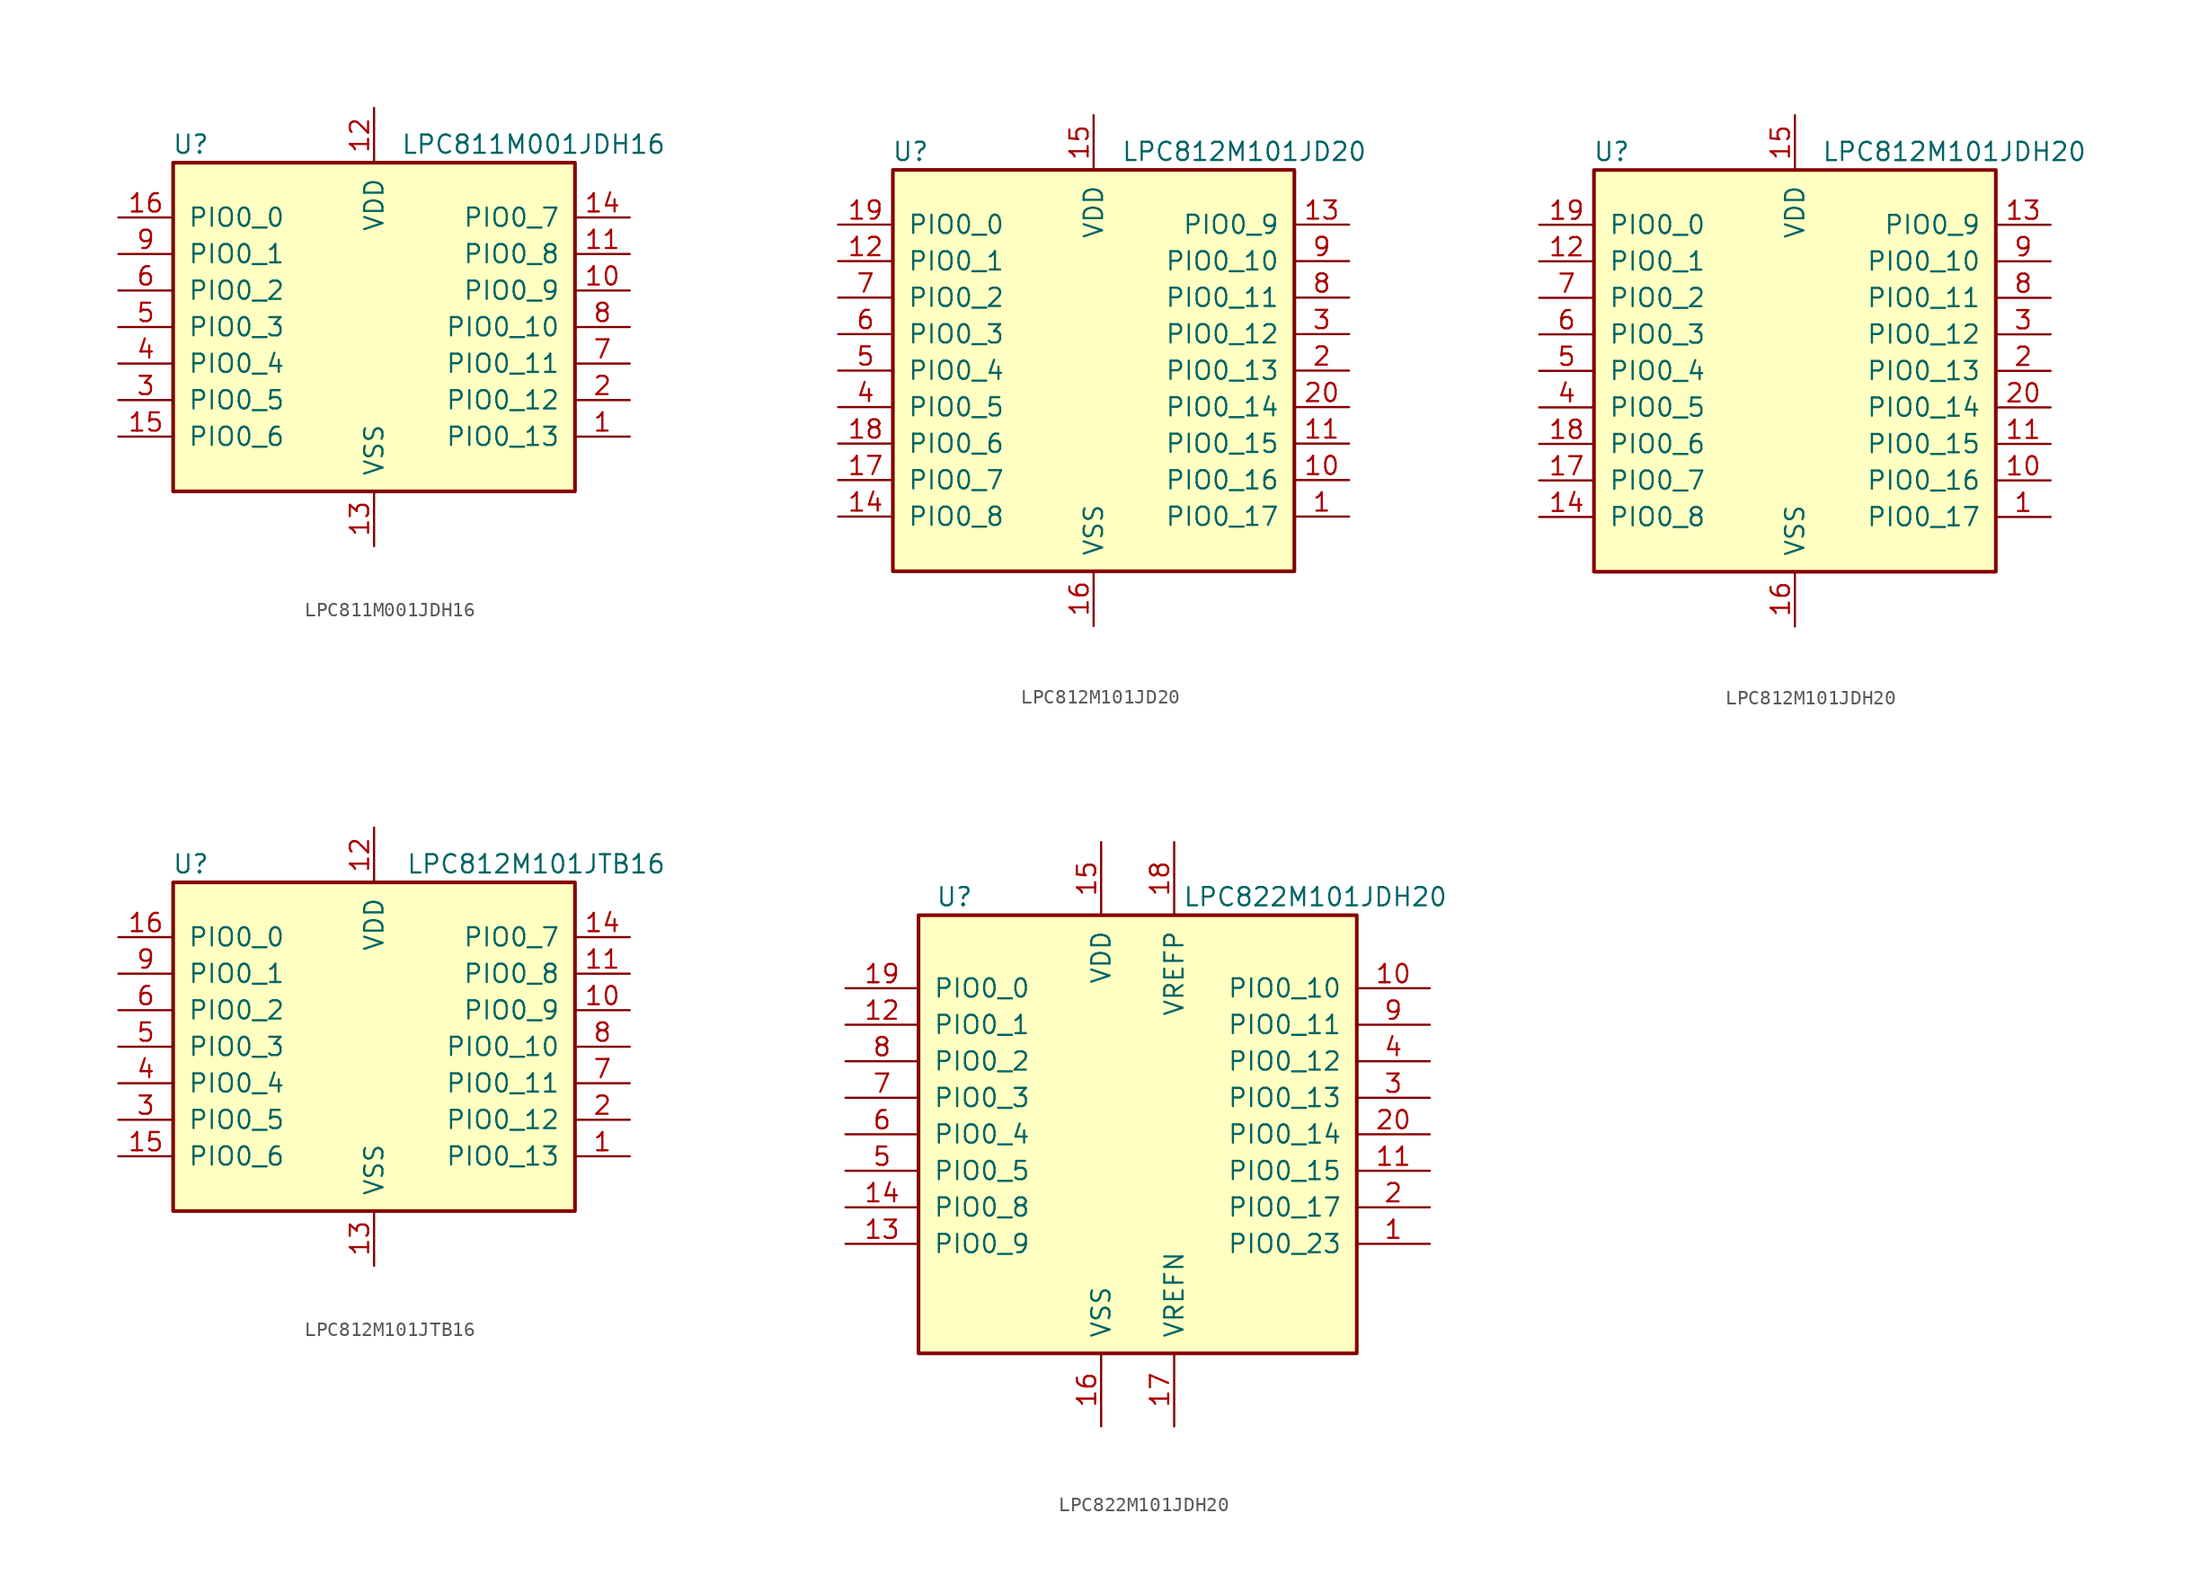
<source format=kicad_sym>
(kicad_symbol_lib
  (version 20241209)
  (generator "kicad_symbol_editor")
  (generator_version "9.0")
  (symbol "LPC811M001JDH16"
    (pin_names
      (offset 1.016))
    (property "Reference" "U"
      (at -11.43 12.7 0)
      (effects (font (size 1.27 1.27)) (justify right)))
    (property "Value" "LPC811M001JDH16"
      (at 20.32 12.7 0)
      (effects (font (size 1.27 1.27)) (justify right)))
    (symbol "LPC811M001JDH16_0_1"
      (rectangle (start 13.97 11.43) (end -13.97 -11.43) (stroke (width 0.254) (type default)) (fill (type background))))
    (symbol "LPC811M001JDH16_1_1"
      (pin bidirectional line (at -17.78 7.62 0) (length 3.81) (name "PIO0_0" (effects (font (size 1.27 1.27)))) (number "16" (effects (font (size 1.27 1.27)))))
      (pin bidirectional line (at -17.78 5.08 0) (length 3.81) (name "PIO0_1" (effects (font (size 1.27 1.27)))) (number "9" (effects (font (size 1.27 1.27)))))
      (pin bidirectional line (at -17.78 2.54 0) (length 3.81) (name "PIO0_2" (effects (font (size 1.27 1.27)))) (number "6" (effects (font (size 1.27 1.27)))))
      (pin bidirectional line (at -17.78 0 0) (length 3.81) (name "PIO0_3" (effects (font (size 1.27 1.27)))) (number "5" (effects (font (size 1.27 1.27)))))
      (pin bidirectional line (at -17.78 -2.54 0) (length 3.81) (name "PIO0_4" (effects (font (size 1.27 1.27)))) (number "4" (effects (font (size 1.27 1.27)))))
      (pin bidirectional line (at -17.78 -5.08 0) (length 3.81) (name "PIO0_5" (effects (font (size 1.27 1.27)))) (number "3" (effects (font (size 1.27 1.27)))))
      (pin bidirectional line (at -17.78 -7.62 0) (length 3.81) (name "PIO0_6" (effects (font (size 1.27 1.27)))) (number "15" (effects (font (size 1.27 1.27)))))
      (pin power_in line (at 0 15.24 270) (length 3.81) (name "VDD" (effects (font (size 1.27 1.27)))) (number "12" (effects (font (size 1.27 1.27)))))
      (pin power_in line (at 0 -15.24 90) (length 3.81) (name "VSS" (effects (font (size 1.27 1.27)))) (number "13" (effects (font (size 1.27 1.27)))))
      (pin bidirectional line (at 17.78 7.62 180) (length 3.81) (name "PIO0_7" (effects (font (size 1.27 1.27)))) (number "14" (effects (font (size 1.27 1.27)))))
      (pin bidirectional line (at 17.78 5.08 180) (length 3.81) (name "PIO0_8" (effects (font (size 1.27 1.27)))) (number "11" (effects (font (size 1.27 1.27)))))
      (pin bidirectional line (at 17.78 2.54 180) (length 3.81) (name "PIO0_9" (effects (font (size 1.27 1.27)))) (number "10" (effects (font (size 1.27 1.27)))))
      (pin bidirectional line (at 17.78 0 180) (length 3.81) (name "PIO0_10" (effects (font (size 1.27 1.27)))) (number "8" (effects (font (size 1.27 1.27)))))
      (pin bidirectional line (at 17.78 -2.54 180) (length 3.81) (name "PIO0_11" (effects (font (size 1.27 1.27)))) (number "7" (effects (font (size 1.27 1.27)))))
      (pin bidirectional line (at 17.78 -5.08 180) (length 3.81) (name "PIO0_12" (effects (font (size 1.27 1.27)))) (number "2" (effects (font (size 1.27 1.27)))))
      (pin bidirectional line (at 17.78 -7.62 180) (length 3.81) (name "PIO0_13" (effects (font (size 1.27 1.27)))) (number "1" (effects (font (size 1.27 1.27)))))))
  (symbol "LPC812M101JD20"
    (pin_names
      (offset 1.016))
    (property "Reference" "U"
      (at -11.43 15.24 0)
      (effects (font (size 1.27 1.27)) (justify right)))
    (property "Value" "LPC812M101JD20"
      (at 19.05 15.24 0)
      (effects (font (size 1.27 1.27)) (justify right)))
    (symbol "LPC812M101JD20_0_1"
      (rectangle (start 13.97 13.97) (end -13.97 -13.97) (stroke (width 0.254) (type default)) (fill (type background))))
    (symbol "LPC812M101JD20_1_1"
      (pin bidirectional line (at -17.78 10.16 0) (length 3.81) (name "PIO0_0" (effects (font (size 1.27 1.27)))) (number "19" (effects (font (size 1.27 1.27)))))
      (pin bidirectional line (at -17.78 7.62 0) (length 3.81) (name "PIO0_1" (effects (font (size 1.27 1.27)))) (number "12" (effects (font (size 1.27 1.27)))))
      (pin bidirectional line (at -17.78 5.08 0) (length 3.81) (name "PIO0_2" (effects (font (size 1.27 1.27)))) (number "7" (effects (font (size 1.27 1.27)))))
      (pin bidirectional line (at -17.78 2.54 0) (length 3.81) (name "PIO0_3" (effects (font (size 1.27 1.27)))) (number "6" (effects (font (size 1.27 1.27)))))
      (pin bidirectional line (at -17.78 0 0) (length 3.81) (name "PIO0_4" (effects (font (size 1.27 1.27)))) (number "5" (effects (font (size 1.27 1.27)))))
      (pin bidirectional line (at -17.78 -2.54 0) (length 3.81) (name "PIO0_5" (effects (font (size 1.27 1.27)))) (number "4" (effects (font (size 1.27 1.27)))))
      (pin bidirectional line (at -17.78 -5.08 0) (length 3.81) (name "PIO0_6" (effects (font (size 1.27 1.27)))) (number "18" (effects (font (size 1.27 1.27)))))
      (pin bidirectional line (at -17.78 -7.62 0) (length 3.81) (name "PIO0_7" (effects (font (size 1.27 1.27)))) (number "17" (effects (font (size 1.27 1.27)))))
      (pin bidirectional line (at -17.78 -10.16 0) (length 3.81) (name "PIO0_8" (effects (font (size 1.27 1.27)))) (number "14" (effects (font (size 1.27 1.27)))))
      (pin power_in line (at 0 17.78 270) (length 3.81) (name "VDD" (effects (font (size 1.27 1.27)))) (number "15" (effects (font (size 1.27 1.27)))))
      (pin power_in line (at 0 -17.78 90) (length 3.81) (name "VSS" (effects (font (size 1.27 1.27)))) (number "16" (effects (font (size 1.27 1.27)))))
      (pin bidirectional line (at 17.78 10.16 180) (length 3.81) (name "PIO0_9" (effects (font (size 1.27 1.27)))) (number "13" (effects (font (size 1.27 1.27)))))
      (pin bidirectional line (at 17.78 7.62 180) (length 3.81) (name "PIO0_10" (effects (font (size 1.27 1.27)))) (number "9" (effects (font (size 1.27 1.27)))))
      (pin bidirectional line (at 17.78 5.08 180) (length 3.81) (name "PIO0_11" (effects (font (size 1.27 1.27)))) (number "8" (effects (font (size 1.27 1.27)))))
      (pin bidirectional line (at 17.78 2.54 180) (length 3.81) (name "PIO0_12" (effects (font (size 1.27 1.27)))) (number "3" (effects (font (size 1.27 1.27)))))
      (pin bidirectional line (at 17.78 0 180) (length 3.81) (name "PIO0_13" (effects (font (size 1.27 1.27)))) (number "2" (effects (font (size 1.27 1.27)))))
      (pin bidirectional line (at 17.78 -2.54 180) (length 3.81) (name "PIO0_14" (effects (font (size 1.27 1.27)))) (number "20" (effects (font (size 1.27 1.27)))))
      (pin bidirectional line (at 17.78 -5.08 180) (length 3.81) (name "PIO0_15" (effects (font (size 1.27 1.27)))) (number "11" (effects (font (size 1.27 1.27)))))
      (pin bidirectional line (at 17.78 -7.62 180) (length 3.81) (name "PIO0_16" (effects (font (size 1.27 1.27)))) (number "10" (effects (font (size 1.27 1.27)))))
      (pin bidirectional line (at 17.78 -10.16 180) (length 3.81) (name "PIO0_17" (effects (font (size 1.27 1.27)))) (number "1" (effects (font (size 1.27 1.27)))))))
  (symbol "LPC812M101JDH20"
    (pin_names
      (offset 1.016))
    (property "Reference" "U"
      (at -11.43 15.24 0)
      (effects (font (size 1.27 1.27)) (justify right)))
    (property "Value" "LPC812M101JDH20"
      (at 20.32 15.24 0)
      (effects (font (size 1.27 1.27)) (justify right)))
    (symbol "LPC812M101JDH20_0_1"
      (rectangle (start 13.97 13.97) (end -13.97 -13.97) (stroke (width 0.254) (type default)) (fill (type background))))
    (symbol "LPC812M101JDH20_1_1"
      (pin bidirectional line (at -17.78 10.16 0) (length 3.81) (name "PIO0_0" (effects (font (size 1.27 1.27)))) (number "19" (effects (font (size 1.27 1.27)))))
      (pin bidirectional line (at -17.78 7.62 0) (length 3.81) (name "PIO0_1" (effects (font (size 1.27 1.27)))) (number "12" (effects (font (size 1.27 1.27)))))
      (pin bidirectional line (at -17.78 5.08 0) (length 3.81) (name "PIO0_2" (effects (font (size 1.27 1.27)))) (number "7" (effects (font (size 1.27 1.27)))))
      (pin bidirectional line (at -17.78 2.54 0) (length 3.81) (name "PIO0_3" (effects (font (size 1.27 1.27)))) (number "6" (effects (font (size 1.27 1.27)))))
      (pin bidirectional line (at -17.78 0 0) (length 3.81) (name "PIO0_4" (effects (font (size 1.27 1.27)))) (number "5" (effects (font (size 1.27 1.27)))))
      (pin bidirectional line (at -17.78 -2.54 0) (length 3.81) (name "PIO0_5" (effects (font (size 1.27 1.27)))) (number "4" (effects (font (size 1.27 1.27)))))
      (pin bidirectional line (at -17.78 -5.08 0) (length 3.81) (name "PIO0_6" (effects (font (size 1.27 1.27)))) (number "18" (effects (font (size 1.27 1.27)))))
      (pin bidirectional line (at -17.78 -7.62 0) (length 3.81) (name "PIO0_7" (effects (font (size 1.27 1.27)))) (number "17" (effects (font (size 1.27 1.27)))))
      (pin bidirectional line (at -17.78 -10.16 0) (length 3.81) (name "PIO0_8" (effects (font (size 1.27 1.27)))) (number "14" (effects (font (size 1.27 1.27)))))
      (pin power_in line (at 0 17.78 270) (length 3.81) (name "VDD" (effects (font (size 1.27 1.27)))) (number "15" (effects (font (size 1.27 1.27)))))
      (pin power_in line (at 0 -17.78 90) (length 3.81) (name "VSS" (effects (font (size 1.27 1.27)))) (number "16" (effects (font (size 1.27 1.27)))))
      (pin bidirectional line (at 17.78 10.16 180) (length 3.81) (name "PIO0_9" (effects (font (size 1.27 1.27)))) (number "13" (effects (font (size 1.27 1.27)))))
      (pin bidirectional line (at 17.78 7.62 180) (length 3.81) (name "PIO0_10" (effects (font (size 1.27 1.27)))) (number "9" (effects (font (size 1.27 1.27)))))
      (pin bidirectional line (at 17.78 5.08 180) (length 3.81) (name "PIO0_11" (effects (font (size 1.27 1.27)))) (number "8" (effects (font (size 1.27 1.27)))))
      (pin bidirectional line (at 17.78 2.54 180) (length 3.81) (name "PIO0_12" (effects (font (size 1.27 1.27)))) (number "3" (effects (font (size 1.27 1.27)))))
      (pin bidirectional line (at 17.78 0 180) (length 3.81) (name "PIO0_13" (effects (font (size 1.27 1.27)))) (number "2" (effects (font (size 1.27 1.27)))))
      (pin bidirectional line (at 17.78 -2.54 180) (length 3.81) (name "PIO0_14" (effects (font (size 1.27 1.27)))) (number "20" (effects (font (size 1.27 1.27)))))
      (pin bidirectional line (at 17.78 -5.08 180) (length 3.81) (name "PIO0_15" (effects (font (size 1.27 1.27)))) (number "11" (effects (font (size 1.27 1.27)))))
      (pin bidirectional line (at 17.78 -7.62 180) (length 3.81) (name "PIO0_16" (effects (font (size 1.27 1.27)))) (number "10" (effects (font (size 1.27 1.27)))))
      (pin bidirectional line (at 17.78 -10.16 180) (length 3.81) (name "PIO0_17" (effects (font (size 1.27 1.27)))) (number "1" (effects (font (size 1.27 1.27)))))))
  (symbol "LPC812M101JTB16"
    (pin_names
      (offset 1.016))
    (property "Reference" "U"
      (at -11.43 12.7 0)
      (effects (font (size 1.27 1.27)) (justify right)))
    (property "Value" "LPC812M101JTB16"
      (at 20.32 12.7 0)
      (effects (font (size 1.27 1.27)) (justify right)))
    (symbol "LPC812M101JTB16_0_1"
      (rectangle (start 13.97 11.43) (end -13.97 -11.43) (stroke (width 0.254) (type default)) (fill (type background))))
    (symbol "LPC812M101JTB16_1_1"
      (pin bidirectional line (at -17.78 7.62 0) (length 3.81) (name "PIO0_0" (effects (font (size 1.27 1.27)))) (number "16" (effects (font (size 1.27 1.27)))))
      (pin bidirectional line (at -17.78 5.08 0) (length 3.81) (name "PIO0_1" (effects (font (size 1.27 1.27)))) (number "9" (effects (font (size 1.27 1.27)))))
      (pin bidirectional line (at -17.78 2.54 0) (length 3.81) (name "PIO0_2" (effects (font (size 1.27 1.27)))) (number "6" (effects (font (size 1.27 1.27)))))
      (pin bidirectional line (at -17.78 0 0) (length 3.81) (name "PIO0_3" (effects (font (size 1.27 1.27)))) (number "5" (effects (font (size 1.27 1.27)))))
      (pin bidirectional line (at -17.78 -2.54 0) (length 3.81) (name "PIO0_4" (effects (font (size 1.27 1.27)))) (number "4" (effects (font (size 1.27 1.27)))))
      (pin bidirectional line (at -17.78 -5.08 0) (length 3.81) (name "PIO0_5" (effects (font (size 1.27 1.27)))) (number "3" (effects (font (size 1.27 1.27)))))
      (pin bidirectional line (at -17.78 -7.62 0) (length 3.81) (name "PIO0_6" (effects (font (size 1.27 1.27)))) (number "15" (effects (font (size 1.27 1.27)))))
      (pin power_in line (at 0 15.24 270) (length 3.81) (name "VDD" (effects (font (size 1.27 1.27)))) (number "12" (effects (font (size 1.27 1.27)))))
      (pin power_in line (at 0 -15.24 90) (length 3.81) (name "VSS" (effects (font (size 1.27 1.27)))) (number "13" (effects (font (size 1.27 1.27)))))
      (pin bidirectional line (at 17.78 7.62 180) (length 3.81) (name "PIO0_7" (effects (font (size 1.27 1.27)))) (number "14" (effects (font (size 1.27 1.27)))))
      (pin bidirectional line (at 17.78 5.08 180) (length 3.81) (name "PIO0_8" (effects (font (size 1.27 1.27)))) (number "11" (effects (font (size 1.27 1.27)))))
      (pin bidirectional line (at 17.78 2.54 180) (length 3.81) (name "PIO0_9" (effects (font (size 1.27 1.27)))) (number "10" (effects (font (size 1.27 1.27)))))
      (pin bidirectional line (at 17.78 0 180) (length 3.81) (name "PIO0_10" (effects (font (size 1.27 1.27)))) (number "8" (effects (font (size 1.27 1.27)))))
      (pin bidirectional line (at 17.78 -2.54 180) (length 3.81) (name "PIO0_11" (effects (font (size 1.27 1.27)))) (number "7" (effects (font (size 1.27 1.27)))))
      (pin bidirectional line (at 17.78 -5.08 180) (length 3.81) (name "PIO0_12" (effects (font (size 1.27 1.27)))) (number "2" (effects (font (size 1.27 1.27)))))
      (pin bidirectional line (at 17.78 -7.62 180) (length 3.81) (name "PIO0_13" (effects (font (size 1.27 1.27)))) (number "1" (effects (font (size 1.27 1.27)))))))
  (symbol "LPC822M101JDH20"
    (pin_names
      (offset 1.016))
    (property "Reference" "U"
      (at -11.43 16.51 0)
      (effects (font (size 1.27 1.27)) (justify right)))
    (property "Value" "LPC822M101JDH20"
      (at 21.59 16.51 0)
      (effects (font (size 1.27 1.27)) (justify right)))
    (symbol "LPC822M101JDH20_0_1"
      (rectangle (start -15.24 15.24) (end 15.24 -15.24) (stroke (width 0.254) (type default)) (fill (type background))))
    (symbol "LPC822M101JDH20_1_1"
      (pin bidirectional line (at -20.32 10.16 0) (length 5.08) (name "PIO0_0" (effects (font (size 1.27 1.27)))) (number "19" (effects (font (size 1.27 1.27)))))
      (pin bidirectional line (at -20.32 7.62 0) (length 5.08) (name "PIO0_1" (effects (font (size 1.27 1.27)))) (number "12" (effects (font (size 1.27 1.27)))))
      (pin bidirectional line (at -20.32 5.08 0) (length 5.08) (name "PIO0_2" (effects (font (size 1.27 1.27)))) (number "8" (effects (font (size 1.27 1.27)))))
      (pin bidirectional line (at -20.32 2.54 0) (length 5.08) (name "PIO0_3" (effects (font (size 1.27 1.27)))) (number "7" (effects (font (size 1.27 1.27)))))
      (pin bidirectional line (at -20.32 0 0) (length 5.08) (name "PIO0_4" (effects (font (size 1.27 1.27)))) (number "6" (effects (font (size 1.27 1.27)))))
      (pin bidirectional line (at -20.32 -2.54 0) (length 5.08) (name "PIO0_5" (effects (font (size 1.27 1.27)))) (number "5" (effects (font (size 1.27 1.27)))))
      (pin bidirectional line (at -20.32 -5.08 0) (length 5.08) (name "PIO0_8" (effects (font (size 1.27 1.27)))) (number "14" (effects (font (size 1.27 1.27)))))
      (pin bidirectional line (at -20.32 -7.62 0) (length 5.08) (name "PIO0_9" (effects (font (size 1.27 1.27)))) (number "13" (effects (font (size 1.27 1.27)))))
      (pin power_in line (at -2.54 20.32 270) (length 5.08) (name "VDD" (effects (font (size 1.27 1.27)))) (number "15" (effects (font (size 1.27 1.27)))))
      (pin power_in line (at -2.54 -20.32 90) (length 5.08) (name "VSS" (effects (font (size 1.27 1.27)))) (number "16" (effects (font (size 1.27 1.27)))))
      (pin power_in line (at 2.54 20.32 270) (length 5.08) (name "VREFP" (effects (font (size 1.27 1.27)))) (number "18" (effects (font (size 1.27 1.27)))))
      (pin power_in line (at 2.54 -20.32 90) (length 5.08) (name "VREFN" (effects (font (size 1.27 1.27)))) (number "17" (effects (font (size 1.27 1.27)))))
      (pin bidirectional line (at 20.32 10.16 180) (length 5.08) (name "PIO0_10" (effects (font (size 1.27 1.27)))) (number "10" (effects (font (size 1.27 1.27)))))
      (pin bidirectional line (at 20.32 7.62 180) (length 5.08) (name "PIO0_11" (effects (font (size 1.27 1.27)))) (number "9" (effects (font (size 1.27 1.27)))))
      (pin bidirectional line (at 20.32 5.08 180) (length 5.08) (name "PIO0_12" (effects (font (size 1.27 1.27)))) (number "4" (effects (font (size 1.27 1.27)))))
      (pin bidirectional line (at 20.32 2.54 180) (length 5.08) (name "PIO0_13" (effects (font (size 1.27 1.27)))) (number "3" (effects (font (size 1.27 1.27)))))
      (pin bidirectional line (at 20.32 0 180) (length 5.08) (name "PIO0_14" (effects (font (size 1.27 1.27)))) (number "20" (effects (font (size 1.27 1.27)))))
      (pin bidirectional line (at 20.32 -2.54 180) (length 5.08) (name "PIO0_15" (effects (font (size 1.27 1.27)))) (number "11" (effects (font (size 1.27 1.27)))))
      (pin bidirectional line (at 20.32 -5.08 180) (length 5.08) (name "PIO0_17" (effects (font (size 1.27 1.27)))) (number "2" (effects (font (size 1.27 1.27)))))
      (pin bidirectional line (at 20.32 -7.62 180) (length 5.08) (name "PIO0_23" (effects (font (size 1.27 1.27)))) (number "1" (effects (font (size 1.27 1.27))))))))
</source>
